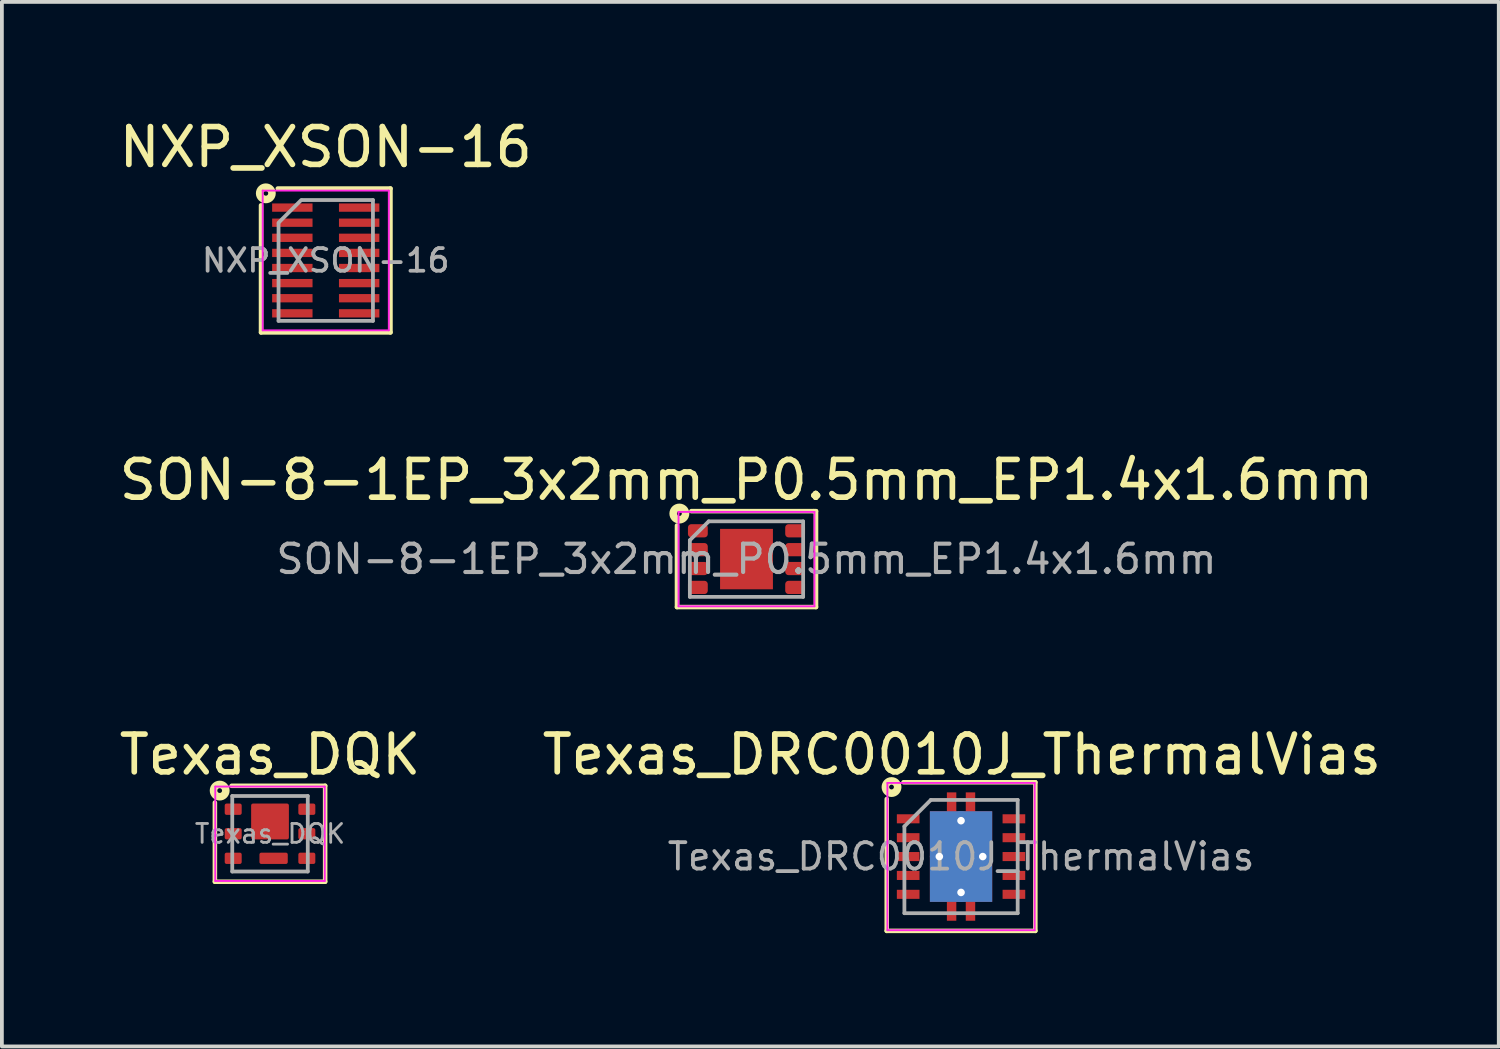
<source format=kicad_pcb>
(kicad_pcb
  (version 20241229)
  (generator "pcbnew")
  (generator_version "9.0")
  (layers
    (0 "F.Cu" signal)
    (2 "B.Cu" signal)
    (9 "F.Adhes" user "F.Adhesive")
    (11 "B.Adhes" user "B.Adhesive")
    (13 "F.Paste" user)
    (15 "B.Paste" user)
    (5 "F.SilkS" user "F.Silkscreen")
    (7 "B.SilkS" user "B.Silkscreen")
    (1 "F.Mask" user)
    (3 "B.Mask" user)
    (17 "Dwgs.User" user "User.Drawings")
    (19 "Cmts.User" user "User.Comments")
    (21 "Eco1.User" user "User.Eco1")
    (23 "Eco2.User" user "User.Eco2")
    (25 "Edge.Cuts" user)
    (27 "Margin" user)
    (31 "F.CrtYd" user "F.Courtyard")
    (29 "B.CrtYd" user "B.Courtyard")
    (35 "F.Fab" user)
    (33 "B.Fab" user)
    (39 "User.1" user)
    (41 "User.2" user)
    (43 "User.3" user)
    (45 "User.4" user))
  (footprint "Texas_DQK"
    (layer "F.Cu")
    (at 4.101 19.031)
    (property "Reference" "Texas_DQK" (at 0 -2.095 0) (layer "F.SilkS") (effects (font (size 1 1) (thickness 0.15))))
    (attr smd)
    (fp_line (start -1.46 1.27) (end -1.46 -0.826) (stroke (width 0.12) (type solid)) (layer "F.SilkS"))
    (fp_line (start -1.016 -1.27) (end 1.46 -1.27) (stroke (width 0.12) (type solid)) (layer "F.SilkS"))
    (fp_line (start 1.46 -1.27) (end 1.46 1.27) (stroke (width 0.12) (type solid)) (layer "F.SilkS"))
    (fp_line (start 1.46 1.27) (end -1.46 1.27) (stroke (width 0.12) (type solid)) (layer "F.SilkS"))
    (fp_circle (center -1.333 -1.143) (end -1.27 -1.143) (stroke (width 0.2) (type solid)) (fill no) (layer "F.SilkS"))
    (fp_line (start -1.45 -1.25) (end -1.45 1.25) (stroke (width 0.05) (type solid)) (layer "F.CrtYd"))
    (fp_line (start -1.45 -1.25) (end 1.45 -1.25) (stroke (width 0.05) (type solid)) (layer "F.CrtYd"))
    (fp_line (start -1.45 1.25) (end 1.45 1.25) (stroke (width 0.05) (type solid)) (layer "F.CrtYd"))
    (fp_line (start 1.45 -1.25) (end 1.45 1.25) (stroke (width 0.05) (type solid)) (layer "F.CrtYd"))
    (fp_line (start -1 -1) (end -1 1) (stroke (width 0.1) (type solid)) (layer "F.Fab"))
    (fp_line (start -1 -1) (end 1 -1) (stroke (width 0.1) (type solid)) (layer "F.Fab"))
    (fp_line (start -1 1) (end 1 1) (stroke (width 0.1) (type solid)) (layer "F.Fab"))
    (fp_line (start 1 -1) (end 1 1) (stroke (width 0.1) (type solid)) (layer "F.Fab"))
    (fp_text user "${REFERENCE}" (at 0 0 0) (layer "F.Fab") (effects (font (size 0.5 0.5) (thickness 0.075))))
    (pad "" smd roundrect (at 0 -0.325) (size 0.9 0.86) (layers "F.Paste") (roundrect_rratio 0.058))
    (pad "" smd roundrect (at 0.095 0.65) (size 0.7 0.29) (layers "F.Paste") (roundrect_rratio 0.172))
    (pad "1" smd roundrect (at -0.975 -0.65) (size 0.45 0.3) (layers "F.Cu" "F.Mask" "F.Paste") (roundrect_rratio 0.167))
    (pad "2" smd roundrect (at -0.975 0) (size 0.45 0.3) (layers "F.Cu" "F.Mask" "F.Paste") (roundrect_rratio 0.167))
    (pad "3" smd roundrect (at -0.975 0.65) (size 0.45 0.3) (layers "F.Cu" "F.Mask" "F.Paste") (roundrect_rratio 0.167))
    (pad "4" smd roundrect (at 0.975 0.65) (size 0.45 0.3) (layers "F.Cu" "F.Mask" "F.Paste") (roundrect_rratio 0.167))
    (pad "5" smd roundrect (at 0.975 0) (size 0.45 0.3) (layers "F.Cu" "F.Mask" "F.Paste") (roundrect_rratio 0.167))
    (pad "6" smd roundrect (at 0.975 -0.65) (size 0.45 0.3) (layers "F.Cu" "F.Mask" "F.Paste") (roundrect_rratio 0.167))
    (pad "7" smd roundrect (at 0.095 0.65) (size 0.75 0.3) (layers "F.Cu" "F.Mask") (roundrect_rratio 0.167))
    (pad "8" smd roundrect (at 0 -0.325) (size 1 0.95) (layers "F.Cu" "F.Mask") (roundrect_rratio 0.053)))
  (footprint "NXP_XSON-16"
    (layer "F.Cu")
    (at 5.577 3.848)
    (property "Reference" "NXP_XSON-16" (at 0 -3 0) (layer "F.SilkS") (effects (font (size 1 1) (thickness 0.15))))
    (attr smd)
    (fp_line (start -1.714 1.905) (end -1.714 -1.46) (stroke (width 0.12) (type solid)) (layer "F.SilkS"))
    (fp_line (start -1.27 -1.905) (end 1.714 -1.905) (stroke (width 0.12) (type solid)) (layer "F.SilkS"))
    (fp_line (start 1.714 -1.905) (end 1.714 1.905) (stroke (width 0.12) (type solid)) (layer "F.SilkS"))
    (fp_line (start 1.714 1.905) (end -1.714 1.905) (stroke (width 0.12) (type solid)) (layer "F.SilkS"))
    (fp_circle (center -1.587 -1.778) (end -1.524 -1.778) (stroke (width 0.2) (type solid)) (fill no) (layer "F.SilkS"))
    (fp_line (start -1.67 -1.85) (end -1.67 1.85) (stroke (width 0.05) (type solid)) (layer "F.CrtYd"))
    (fp_line (start -1.67 -1.85) (end 1.67 -1.85) (stroke (width 0.05) (type solid)) (layer "F.CrtYd"))
    (fp_line (start 1.67 1.85) (end -1.67 1.85) (stroke (width 0.05) (type solid)) (layer "F.CrtYd"))
    (fp_line (start 1.67 1.85) (end 1.67 -1.85) (stroke (width 0.05) (type solid)) (layer "F.CrtYd"))
    (fp_line (start -1.25 -0.975) (end -1.25 1.6) (stroke (width 0.1) (type solid)) (layer "F.Fab"))
    (fp_line (start -1.25 1.6) (end 1.25 1.6) (stroke (width 0.1) (type solid)) (layer "F.Fab"))
    (fp_line (start -0.65 -1.6) (end -1.25 -1) (stroke (width 0.1) (type solid)) (layer "F.Fab"))
    (fp_line (start -0.625 -1.6) (end 1.25 -1.6) (stroke (width 0.1) (type solid)) (layer "F.Fab"))
    (fp_line (start 1.25 -1.6) (end 1.25 1.6) (stroke (width 0.1) (type solid)) (layer "F.Fab"))
    (fp_text user "${REFERENCE}" (at 0 0 0) (layer "F.Fab") (effects (font (size 0.6 0.6) (thickness 0.1))))
    (pad "1" smd rect (at -0.885 -1.4) (size 1.07 0.22) (layers "F.Cu" "F.Mask" "F.Paste"))
    (pad "2" smd rect (at -0.885 -1) (size 1.07 0.22) (layers "F.Cu" "F.Mask" "F.Paste"))
    (pad "3" smd rect (at -0.885 -0.6) (size 1.07 0.22) (layers "F.Cu" "F.Mask" "F.Paste"))
    (pad "4" smd rect (at -0.885 -0.2) (size 1.07 0.22) (layers "F.Cu" "F.Mask" "F.Paste"))
    (pad "5" smd rect (at -0.885 0.2) (size 1.07 0.22) (layers "F.Cu" "F.Mask" "F.Paste"))
    (pad "6" smd rect (at -0.885 0.6) (size 1.07 0.22) (layers "F.Cu" "F.Mask" "F.Paste"))
    (pad "7" smd rect (at -0.885 1) (size 1.07 0.22) (layers "F.Cu" "F.Mask" "F.Paste"))
    (pad "8" smd rect (at -0.885 1.4) (size 1.07 0.22) (layers "F.Cu" "F.Mask" "F.Paste"))
    (pad "9" smd rect (at 0.885 1.4) (size 1.07 0.22) (layers "F.Cu" "F.Mask" "F.Paste"))
    (pad "10" smd rect (at 0.885 1) (size 1.07 0.22) (layers "F.Cu" "F.Mask" "F.Paste"))
    (pad "11" smd rect (at 0.885 0.6) (size 1.07 0.22) (layers "F.Cu" "F.Mask" "F.Paste"))
    (pad "12" smd rect (at 0.885 0.2) (size 1.07 0.22) (layers "F.Cu" "F.Mask" "F.Paste"))
    (pad "13" smd rect (at 0.885 -0.2) (size 1.07 0.22) (layers "F.Cu" "F.Mask" "F.Paste"))
    (pad "14" smd rect (at 0.885 -0.6) (size 1.07 0.22) (layers "F.Cu" "F.Mask" "F.Paste"))
    (pad "15" smd rect (at 0.885 -1) (size 1.07 0.22) (layers "F.Cu" "F.Mask" "F.Paste"))
    (pad "16" smd rect (at 0.885 -1.4) (size 1.07 0.22) (layers "F.Cu" "F.Mask" "F.Paste")))
  (footprint "SON-8-1EP_3x2mm_P0.5mm_EP1.4x1.6mm"
    (layer "F.Cu")
    (at 16.72 11.757)
    (property "Reference" "SON-8-1EP_3x2mm_P0.5mm_EP1.4x1.6mm" (at 0 -2.095 0) (layer "F.SilkS") (effects (font (size 1 1) (thickness 0.15))))
    (attr smd)
    (fp_line (start -1.841 1.27) (end -1.841 -0.889) (stroke (width 0.12) (type solid)) (layer "F.SilkS"))
    (fp_line (start -1.46 -1.27) (end 1.778 -1.27) (stroke (width 0.12) (type solid)) (layer "F.SilkS"))
    (fp_line (start 1.778 -1.27) (end 1.841 -1.27) (stroke (width 0.12) (type solid)) (layer "F.SilkS"))
    (fp_line (start 1.841 -1.27) (end 1.841 1.27) (stroke (width 0.12) (type solid)) (layer "F.SilkS"))
    (fp_line (start 1.841 1.27) (end -1.841 1.27) (stroke (width 0.12) (type solid)) (layer "F.SilkS"))
    (fp_circle (center -1.778 -1.206) (end -1.714 -1.206) (stroke (width 0.2) (type solid)) (fill no) (layer "F.SilkS"))
    (fp_line (start -1.8 -1.25) (end -1.8 1.25) (stroke (width 0.05) (type solid)) (layer "F.CrtYd"))
    (fp_line (start -1.8 1.25) (end 1.8 1.25) (stroke (width 0.05) (type solid)) (layer "F.CrtYd"))
    (fp_line (start 1.8 -1.25) (end -1.8 -1.25) (stroke (width 0.05) (type solid)) (layer "F.CrtYd"))
    (fp_line (start 1.8 1.25) (end 1.8 -1.25) (stroke (width 0.05) (type solid)) (layer "F.CrtYd"))
    (fp_line (start -1.5 -0.5) (end -1 -1) (stroke (width 0.1) (type solid)) (layer "F.Fab"))
    (fp_line (start -1.5 1) (end -1.5 -0.5) (stroke (width 0.1) (type solid)) (layer "F.Fab"))
    (fp_line (start -1 -1) (end 1.5 -1) (stroke (width 0.1) (type solid)) (layer "F.Fab"))
    (fp_line (start 1.5 -1) (end 1.5 1) (stroke (width 0.1) (type solid)) (layer "F.Fab"))
    (fp_line (start 1.5 1) (end -1.5 1) (stroke (width 0.1) (type solid)) (layer "F.Fab"))
    (fp_text user "${REFERENCE}" (at 0 0 0) (layer "F.Fab") (effects (font (size 0.75 0.75) (thickness 0.11))))
    (pad "" smd roundrect (at -0.35 -0.4) (size 0.56 0.64) (layers "F.Paste") (roundrect_rratio 0.25))
    (pad "" smd roundrect (at -0.35 0.4) (size 0.56 0.64) (layers "F.Paste") (roundrect_rratio 0.25))
    (pad "" smd roundrect (at 0.35 -0.4) (size 0.56 0.64) (layers "F.Paste") (roundrect_rratio 0.25))
    (pad "" smd roundrect (at 0.35 0.4) (size 0.56 0.64) (layers "F.Paste") (roundrect_rratio 0.25))
    (pad "1" smd roundrect (at -1.288 -0.75) (size 0.525 0.35) (layers "F.Cu" "F.Mask" "F.Paste") (roundrect_rratio 0.25))
    (pad "2" smd roundrect (at -1.288 -0.25) (size 0.525 0.35) (layers "F.Cu" "F.Mask" "F.Paste") (roundrect_rratio 0.25))
    (pad "3" smd roundrect (at -1.288 0.25) (size 0.525 0.35) (layers "F.Cu" "F.Mask" "F.Paste") (roundrect_rratio 0.25))
    (pad "4" smd roundrect (at -1.288 0.75) (size 0.525 0.35) (layers "F.Cu" "F.Mask" "F.Paste") (roundrect_rratio 0.25))
    (pad "5" smd roundrect (at 1.288 0.75) (size 0.525 0.35) (layers "F.Cu" "F.Mask" "F.Paste") (roundrect_rratio 0.25))
    (pad "6" smd roundrect (at 1.288 0.25) (size 0.525 0.35) (layers "F.Cu" "F.Mask" "F.Paste") (roundrect_rratio 0.25))
    (pad "7" smd roundrect (at 1.288 -0.25) (size 0.525 0.35) (layers "F.Cu" "F.Mask" "F.Paste") (roundrect_rratio 0.25))
    (pad "8" smd roundrect (at 1.288 -0.75) (size 0.525 0.35) (layers "F.Cu" "F.Mask" "F.Paste") (roundrect_rratio 0.25))
    (pad "9" smd rect (at 0 0) (size 1.4 1.6) (layers "F.Cu" "F.Mask")))
  (footprint "Texas_DRC0010J_ThermalVias"
    (layer "F.Cu")
    (at 22.402 19.635)
    (property "Reference" "Texas_DRC0010J_ThermalVias" (at 0.02 -2.7 0) (layer "F.SilkS") (effects (font (size 1 1) (thickness 0.15))))
    (attr smd)
    (fp_line (start -1.968 1.968) (end -1.968 -1.524) (stroke (width 0.12) (type solid)) (layer "F.SilkS"))
    (fp_line (start -1.524 -1.968) (end 1.968 -1.968) (stroke (width 0.12) (type solid)) (layer "F.SilkS"))
    (fp_line (start 1.968 -1.968) (end 1.968 1.968) (stroke (width 0.12) (type solid)) (layer "F.SilkS"))
    (fp_line (start 1.968 1.968) (end -1.968 1.968) (stroke (width 0.12) (type solid)) (layer "F.SilkS"))
    (fp_circle (center -1.841 -1.841) (end -1.778 -1.841) (stroke (width 0.2) (type solid)) (fill no) (layer "F.SilkS"))
    (fp_line (start -1.95 -1.95) (end -1.95 1.95) (stroke (width 0.05) (type solid)) (layer "F.CrtYd"))
    (fp_line (start -1.95 -1.95) (end 1.95 -1.95) (stroke (width 0.05) (type solid)) (layer "F.CrtYd"))
    (fp_line (start -1.95 1.95) (end 1.95 1.95) (stroke (width 0.05) (type solid)) (layer "F.CrtYd"))
    (fp_line (start 1.95 -1.95) (end 1.95 1.95) (stroke (width 0.05) (type solid)) (layer "F.CrtYd"))
    (fp_line (start -1.5 -0.8) (end -1.5 1.5) (stroke (width 0.1) (type solid)) (layer "F.Fab"))
    (fp_line (start -1.5 -0.8) (end -0.8 -1.5) (stroke (width 0.1) (type solid)) (layer "F.Fab"))
    (fp_line (start -1.5 1.5) (end 1.5 1.5) (stroke (width 0.1) (type solid)) (layer "F.Fab"))
    (fp_line (start -0.8 -1.5) (end 1.5 -1.5) (stroke (width 0.1) (type solid)) (layer "F.Fab"))
    (fp_line (start 1.5 -1.5) (end 1.5 1.5) (stroke (width 0.1) (type solid)) (layer "F.Fab"))
    (fp_text user "${REFERENCE}" (at 0 0 0) (layer "F.Fab") (effects (font (size 0.7 0.7) (thickness 0.1))))
    (pad "" smd roundrect (at -0.25 -1.53) (size 0.25 0.34) (layers "F.Paste") (roundrect_rratio 0.1))
    (pad "" smd roundrect (at -0.25 1.53) (size 0.25 0.34) (layers "F.Paste") (roundrect_rratio 0.1))
    (pad "" smd roundrect (at 0 -0.63) (size 1.5 1.06) (layers "F.Paste") (roundrect_rratio 0.1))
    (pad "" smd roundrect (at 0 0.63) (size 1.5 1.06) (layers "F.Paste") (roundrect_rratio 0.1))
    (pad "" smd roundrect (at 0.25 -1.53) (size 0.25 0.34) (layers "F.Paste") (roundrect_rratio 0.1))
    (pad "" smd roundrect (at 0.25 1.53) (size 0.25 0.34) (layers "F.Paste") (roundrect_rratio 0.1))
    (pad "1" smd rect (at -1.4 -1) (size 0.6 0.24) (layers "F.Cu" "F.Mask" "F.Paste"))
    (pad "2" smd rect (at -1.4 -0.5) (size 0.6 0.24) (layers "F.Cu" "F.Mask" "F.Paste"))
    (pad "3" smd rect (at -1.4 0) (size 0.6 0.24) (layers "F.Cu" "F.Mask" "F.Paste"))
    (pad "4" smd rect (at -1.4 0.5) (size 0.6 0.24) (layers "F.Cu" "F.Mask" "F.Paste"))
    (pad "5" smd rect (at -1.4 1) (size 0.6 0.24) (layers "F.Cu" "F.Mask" "F.Paste"))
    (pad "6" smd rect (at 1.4 1) (size 0.6 0.24) (layers "F.Cu" "F.Mask" "F.Paste"))
    (pad "7" smd rect (at 1.4 0.5) (size 0.6 0.24) (layers "F.Cu" "F.Mask" "F.Paste"))
    (pad "8" smd rect (at 1.4 0) (size 0.6 0.24) (layers "F.Cu" "F.Mask" "F.Paste"))
    (pad "9" smd rect (at 1.4 -0.5) (size 0.6 0.24) (layers "F.Cu" "F.Mask" "F.Paste"))
    (pad "10" smd rect (at 1.4 -1) (size 0.6 0.24) (layers "F.Cu" "F.Mask" "F.Paste"))
    (pad "11" thru_hole circle (at -0.575 0) (size 0.5 0.5) (drill 0.2) (layers "*.Cu"))
    (pad "11" thru_hole circle (at 0 -0.95) (size 0.5 0.5) (drill 0.2) (layers "*.Cu"))
    (pad "11" smd rect (at 0 0) (size 1.65 2.4) (layers "B.Cu" "B.Mask"))
    (pad "11" smd custom (at 0 0) (size 1.65 2.4) (layers "F.Cu" "F.Mask") (options (anchor rect)) (primitives (gr_poly (pts (xy -0.125 -1.1) (xy 0.125 -1.1) (xy 0.125 -1.7) (xy 0.375 -1.7) (xy 0.375 1.7) (xy 0.125 1.7) (xy 0.125 1.1) (xy -0.125 1.1) (xy -0.125 1.7) (xy -0.375 1.7) (xy -0.375 -1.7) (xy -0.125 -1.7)) (width 0) (fill yes))))
    (pad "11" thru_hole circle (at 0 0.95) (size 0.5 0.5) (drill 0.2) (layers "*.Cu"))
    (pad "11" thru_hole circle (at 0.575 0) (size 0.5 0.5) (drill 0.2) (layers "*.Cu")))
  (gr_rect
    (start -3 -3)
    (end 36.643 24.664)
    (stroke (width 0.1) (type default))
    (fill no)
    (layer "Edge.Cuts")))
</source>
